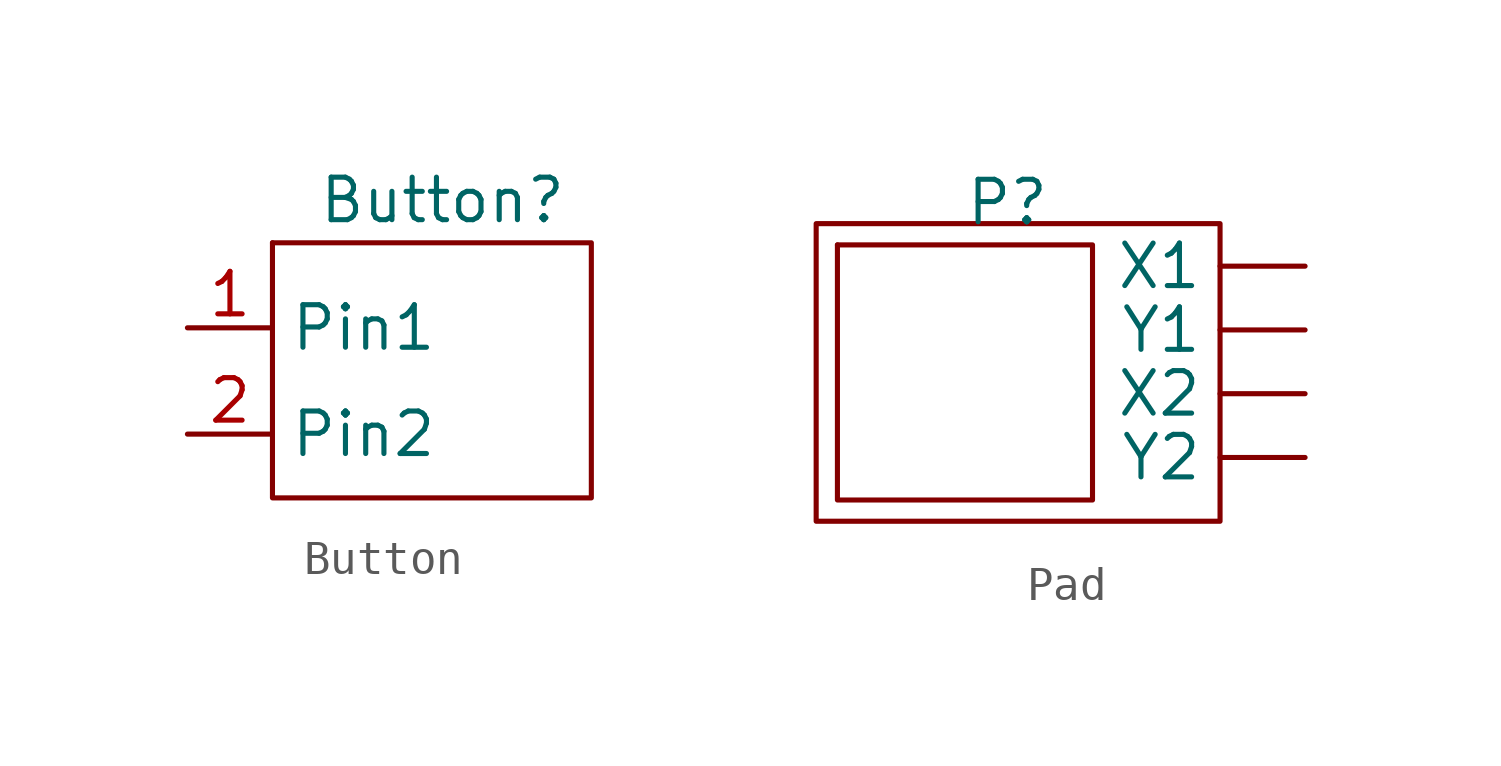
<source format=kicad_sym>
(kicad_symbol_lib
  (version 20220914)
  (generator kicad_symbol_editor)
  (symbol "Button"
    (property "Reference" "Button"
      (at 0 2.54 0)
      (effects (font (size 1.27 1.27))))
    (property "Value" ""
      (at 0 0 0)
      (effects (font (size 1.27 1.27))))
    (symbol "Button_0_1"
      (rectangle (start -5.08 1.27) (end -5.08 1.27) (stroke (width 0) (type default)) (fill (type none)))
      (rectangle (start -5.08 1.27) (end 4.445 -6.35) (stroke (width 0) (type default)) (fill (type none))))
    (symbol "Button_1_1"
      (pin power_in line (at -7.62 -1.27 0) (length 2.54) (name "Pin1" (effects (font (size 1.27 1.27)))) (number "1" (effects (font (size 1.27 1.27)))))
      (pin output line (at -7.62 -4.445 0) (length 2.54) (name "Pin2" (effects (font (size 1.27 1.27)))) (number "2" (effects (font (size 1.27 1.27)))))))
  (symbol "Pad"
    (property "Reference" "P"
      (at 1.27 3.81 0)
      (effects (font (size 1.27 1.27))))
    (property "Value" ""
      (at 0 0 0)
      (effects (font (size 1.27 1.27))))
    (symbol "Pad_0_1"
      (rectangle (start -4.445 3.175) (end 7.62 -5.715) (stroke (width 0) (type default)) (fill (type none)))
      (rectangle (start -3.81 2.54) (end -3.81 2.54) (stroke (width 0) (type default)) (fill (type none)))
      (rectangle (start -3.81 2.54) (end 3.81 -5.08) (stroke (width 0) (type default)) (fill (type none))))
    (symbol "Pad_1_1"
      (pin output line (at 10.16 1.905 180) (length 2.54) (name "X1" (effects (font (size 1.27 1.27)))) (number "" (effects (font (size 1.27 1.27)))))
      (pin output line (at 10.16 -1.905 180) (length 2.54) (name "X2" (effects (font (size 1.27 1.27)))) (number "" (effects (font (size 1.27 1.27)))))
      (pin output line (at 10.16 0 180) (length 2.54) (name "Y1" (effects (font (size 1.27 1.27)))) (number "" (effects (font (size 1.27 1.27)))))
      (pin output line (at 10.16 -3.81 180) (length 2.54) (name "Y2" (effects (font (size 1.27 1.27)))) (number "" (effects (font (size 1.27 1.27))))))))
</source>
